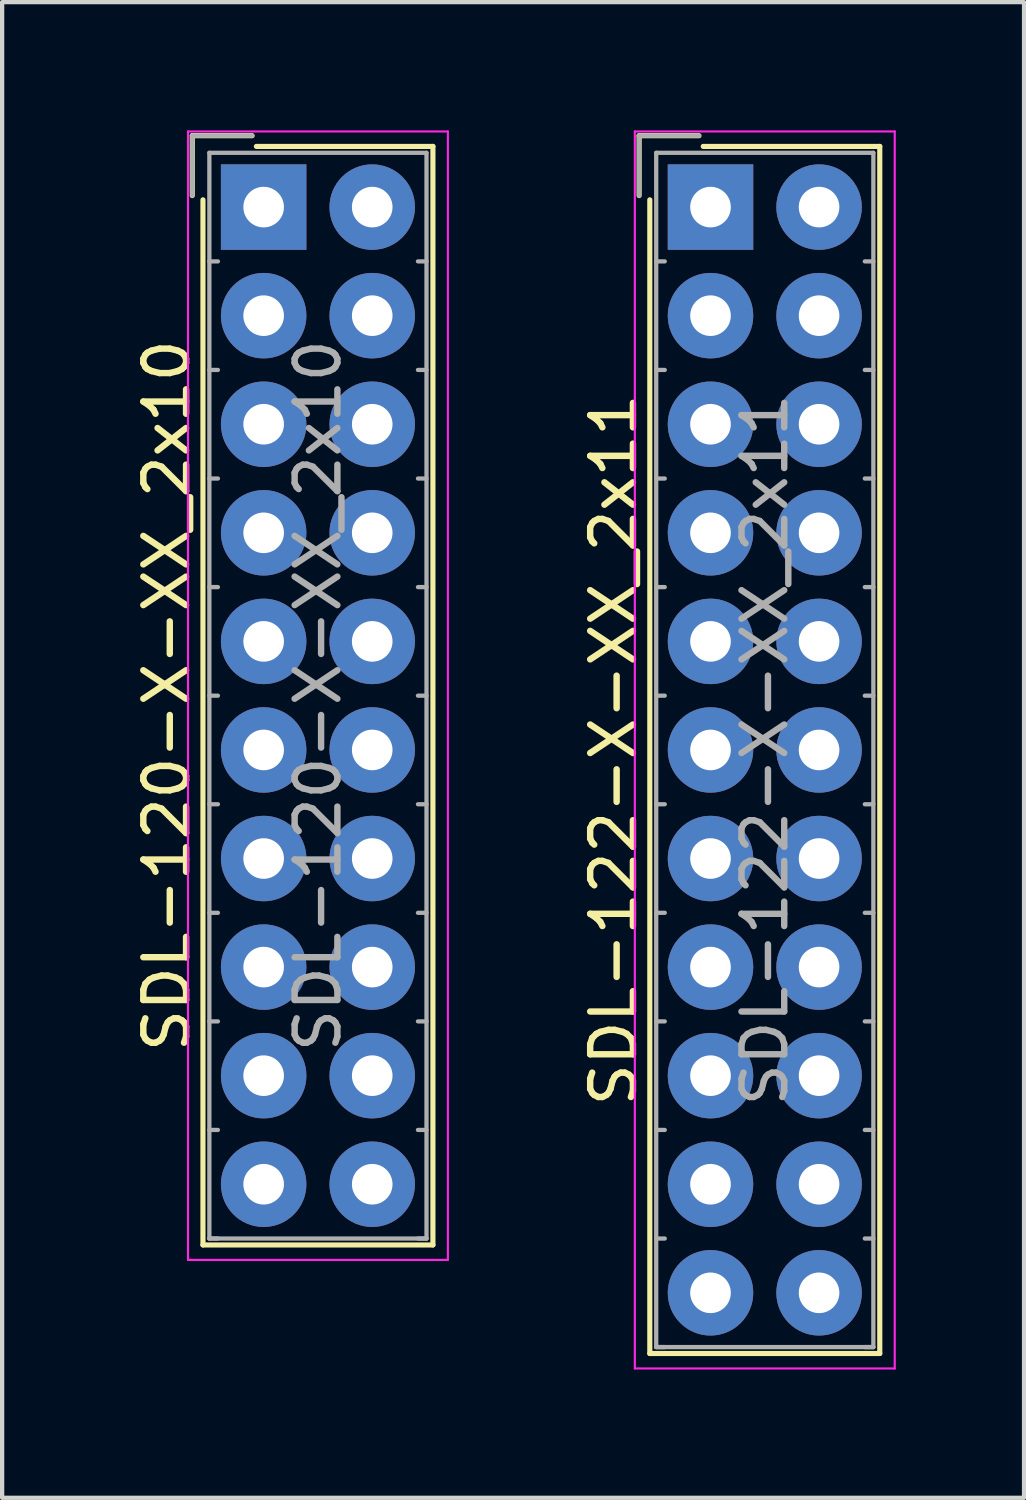
<source format=kicad_pcb>
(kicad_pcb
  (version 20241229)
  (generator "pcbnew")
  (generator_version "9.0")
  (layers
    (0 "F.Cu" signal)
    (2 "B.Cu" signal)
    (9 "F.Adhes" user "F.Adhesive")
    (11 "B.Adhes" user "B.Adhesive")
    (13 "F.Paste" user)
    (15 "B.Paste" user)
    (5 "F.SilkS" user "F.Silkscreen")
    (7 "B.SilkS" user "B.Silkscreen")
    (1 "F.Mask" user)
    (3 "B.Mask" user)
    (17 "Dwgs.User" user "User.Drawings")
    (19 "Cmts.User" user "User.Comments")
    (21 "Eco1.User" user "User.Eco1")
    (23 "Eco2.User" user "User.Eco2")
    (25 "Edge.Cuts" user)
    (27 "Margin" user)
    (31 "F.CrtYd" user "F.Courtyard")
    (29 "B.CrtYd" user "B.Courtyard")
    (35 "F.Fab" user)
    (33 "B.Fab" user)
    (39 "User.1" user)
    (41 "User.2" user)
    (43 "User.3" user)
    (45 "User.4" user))
  (footprint "SDL-122-X-XX_2x11"
    (layer "F.Cu")
    (at 13.572 1.795)
    (property "Reference" "SDL-122-X-XX_2x11" (at -2.27 12.7 90) (layer "F.SilkS") (effects (font (size 1 1) (thickness 0.15))))
    (attr through_hole)
    (fp_line (start -1.67 -1.67) (end -1.67 -0.27) (stroke (width 0.12) (type solid)) (layer "F.SilkS"))
    (fp_line (start -1.42 26.82) (end -1.42 -0.17) (stroke (width 0.12) (type solid)) (layer "F.SilkS"))
    (fp_line (start -0.27 -1.67) (end -1.67 -1.67) (stroke (width 0.12) (type solid)) (layer "F.SilkS"))
    (fp_line (start -0.17 -1.42) (end 3.96 -1.42) (stroke (width 0.12) (type solid)) (layer "F.SilkS"))
    (fp_line (start 3.96 -1.42) (end 3.96 26.82) (stroke (width 0.12) (type solid)) (layer "F.SilkS"))
    (fp_line (start 3.96 26.82) (end -1.42 26.82) (stroke (width 0.12) (type solid)) (layer "F.SilkS"))
    (fp_line (start -1.77 -1.77) (end -1.77 27.17) (stroke (width 0.05) (type solid)) (layer "F.CrtYd"))
    (fp_line (start -1.77 27.17) (end 4.31 27.17) (stroke (width 0.05) (type solid)) (layer "F.CrtYd"))
    (fp_line (start 4.31 -1.77) (end -1.77 -1.77) (stroke (width 0.05) (type solid)) (layer "F.CrtYd"))
    (fp_line (start 4.31 27.17) (end 4.31 -1.77) (stroke (width 0.05) (type solid)) (layer "F.CrtYd"))
    (fp_line (start -1.67 -1.67) (end -1.67 -0.27) (stroke (width 0.1) (type solid)) (layer "F.Fab"))
    (fp_line (start -1.27 -1.27) (end -1.27 26.67) (stroke (width 0.1) (type solid)) (layer "F.Fab"))
    (fp_line (start -1.27 1.27) (end -1.07 1.27) (stroke (width 0.1) (type solid)) (layer "F.Fab"))
    (fp_line (start -1.27 3.81) (end -1.07 3.81) (stroke (width 0.1) (type solid)) (layer "F.Fab"))
    (fp_line (start -1.27 6.35) (end -1.07 6.35) (stroke (width 0.1) (type solid)) (layer "F.Fab"))
    (fp_line (start -1.27 8.89) (end -1.07 8.89) (stroke (width 0.1) (type solid)) (layer "F.Fab"))
    (fp_line (start -1.27 11.43) (end -1.07 11.43) (stroke (width 0.1) (type solid)) (layer "F.Fab"))
    (fp_line (start -1.27 13.97) (end -1.07 13.97) (stroke (width 0.1) (type solid)) (layer "F.Fab"))
    (fp_line (start -1.27 16.51) (end -1.07 16.51) (stroke (width 0.1) (type solid)) (layer "F.Fab"))
    (fp_line (start -1.27 19.05) (end -1.07 19.05) (stroke (width 0.1) (type solid)) (layer "F.Fab"))
    (fp_line (start -1.27 21.59) (end -1.07 21.59) (stroke (width 0.1) (type solid)) (layer "F.Fab"))
    (fp_line (start -1.27 24.13) (end -1.07 24.13) (stroke (width 0.1) (type solid)) (layer "F.Fab"))
    (fp_line (start -1.27 26.67) (end -1.07 26.67) (stroke (width 0.1) (type solid)) (layer "F.Fab"))
    (fp_line (start -1.27 26.67) (end 3.81 26.67) (stroke (width 0.1) (type solid)) (layer "F.Fab"))
    (fp_line (start -0.27 -1.67) (end -1.67 -1.67) (stroke (width 0.1) (type solid)) (layer "F.Fab"))
    (fp_line (start 3.81 -1.27) (end -1.27 -1.27) (stroke (width 0.1) (type solid)) (layer "F.Fab"))
    (fp_line (start 3.81 1.27) (end 3.61 1.27) (stroke (width 0.1) (type solid)) (layer "F.Fab"))
    (fp_line (start 3.81 3.81) (end 3.61 3.81) (stroke (width 0.1) (type solid)) (layer "F.Fab"))
    (fp_line (start 3.81 6.35) (end 3.61 6.35) (stroke (width 0.1) (type solid)) (layer "F.Fab"))
    (fp_line (start 3.81 8.89) (end 3.61 8.89) (stroke (width 0.1) (type solid)) (layer "F.Fab"))
    (fp_line (start 3.81 11.43) (end 3.61 11.43) (stroke (width 0.1) (type solid)) (layer "F.Fab"))
    (fp_line (start 3.81 13.97) (end 3.61 13.97) (stroke (width 0.1) (type solid)) (layer "F.Fab"))
    (fp_line (start 3.81 16.51) (end 3.61 16.51) (stroke (width 0.1) (type solid)) (layer "F.Fab"))
    (fp_line (start 3.81 19.05) (end 3.61 19.05) (stroke (width 0.1) (type solid)) (layer "F.Fab"))
    (fp_line (start 3.81 21.59) (end 3.61 21.59) (stroke (width 0.1) (type solid)) (layer "F.Fab"))
    (fp_line (start 3.81 24.13) (end 3.61 24.13) (stroke (width 0.1) (type solid)) (layer "F.Fab"))
    (fp_line (start 3.81 26.67) (end 3.61 26.67) (stroke (width 0.1) (type solid)) (layer "F.Fab"))
    (fp_line (start 3.81 26.67) (end 3.81 -1.27) (stroke (width 0.1) (type solid)) (layer "F.Fab"))
    (fp_text user "${REFERENCE}" (at 1.27 12.7 90) (layer "F.Fab") (effects (font (size 1 1) (thickness 0.15))))
    (pad "1" thru_hole rect (at 0 0) (size 2 2) (drill 0.95) (layers "*.Cu" "*.Mask"))
    (pad "2" thru_hole circle (at 2.54 0) (size 2 2) (drill 0.95) (layers "*.Cu" "*.Mask"))
    (pad "3" thru_hole circle (at 0 2.54) (size 2 2) (drill 0.95) (layers "*.Cu" "*.Mask"))
    (pad "4" thru_hole circle (at 2.54 2.54) (size 2 2) (drill 0.95) (layers "*.Cu" "*.Mask"))
    (pad "5" thru_hole circle (at 0 5.08) (size 2 2) (drill 0.95) (layers "*.Cu" "*.Mask"))
    (pad "6" thru_hole circle (at 2.54 5.08) (size 2 2) (drill 0.95) (layers "*.Cu" "*.Mask"))
    (pad "7" thru_hole circle (at 0 7.62) (size 2 2) (drill 0.95) (layers "*.Cu" "*.Mask"))
    (pad "8" thru_hole circle (at 2.54 7.62) (size 2 2) (drill 0.95) (layers "*.Cu" "*.Mask"))
    (pad "9" thru_hole circle (at 0 10.16) (size 2 2) (drill 0.95) (layers "*.Cu" "*.Mask"))
    (pad "10" thru_hole circle (at 2.54 10.16) (size 2 2) (drill 0.95) (layers "*.Cu" "*.Mask"))
    (pad "11" thru_hole circle (at 0 12.7) (size 2 2) (drill 0.95) (layers "*.Cu" "*.Mask"))
    (pad "12" thru_hole circle (at 2.54 12.7) (size 2 2) (drill 0.95) (layers "*.Cu" "*.Mask"))
    (pad "13" thru_hole circle (at 0 15.24) (size 2 2) (drill 0.95) (layers "*.Cu" "*.Mask"))
    (pad "14" thru_hole circle (at 2.54 15.24) (size 2 2) (drill 0.95) (layers "*.Cu" "*.Mask"))
    (pad "15" thru_hole circle (at 0 17.78) (size 2 2) (drill 0.95) (layers "*.Cu" "*.Mask"))
    (pad "16" thru_hole circle (at 2.54 17.78) (size 2 2) (drill 0.95) (layers "*.Cu" "*.Mask"))
    (pad "17" thru_hole circle (at 0 20.32) (size 2 2) (drill 0.95) (layers "*.Cu" "*.Mask"))
    (pad "18" thru_hole circle (at 2.54 20.32) (size 2 2) (drill 0.95) (layers "*.Cu" "*.Mask"))
    (pad "19" thru_hole circle (at 0 22.86) (size 2 2) (drill 0.95) (layers "*.Cu" "*.Mask"))
    (pad "20" thru_hole circle (at 2.54 22.86) (size 2 2) (drill 0.95) (layers "*.Cu" "*.Mask"))
    (pad "21" thru_hole circle (at 0 25.4) (size 2 2) (drill 0.95) (layers "*.Cu" "*.Mask"))
    (pad "22" thru_hole circle (at 2.54 25.4) (size 2 2) (drill 0.95) (layers "*.Cu" "*.Mask")))
  (footprint "SDL-120-X-XX_2x10"
    (layer "F.Cu")
    (at 3.118 1.795)
    (property "Reference" "SDL-120-X-XX_2x10" (at -2.27 11.43 90) (layer "F.SilkS") (effects (font (size 1 1) (thickness 0.15))))
    (attr through_hole)
    (fp_line (start -1.67 -1.67) (end -1.67 -0.27) (stroke (width 0.12) (type solid)) (layer "F.SilkS"))
    (fp_line (start -1.42 24.28) (end -1.42 -0.17) (stroke (width 0.12) (type solid)) (layer "F.SilkS"))
    (fp_line (start -0.27 -1.67) (end -1.67 -1.67) (stroke (width 0.12) (type solid)) (layer "F.SilkS"))
    (fp_line (start -0.17 -1.42) (end 3.96 -1.42) (stroke (width 0.12) (type solid)) (layer "F.SilkS"))
    (fp_line (start 3.96 -1.42) (end 3.96 24.28) (stroke (width 0.12) (type solid)) (layer "F.SilkS"))
    (fp_line (start 3.96 24.28) (end -1.42 24.28) (stroke (width 0.12) (type solid)) (layer "F.SilkS"))
    (fp_line (start -1.77 -1.77) (end -1.77 24.63) (stroke (width 0.05) (type solid)) (layer "F.CrtYd"))
    (fp_line (start -1.77 24.63) (end 4.31 24.63) (stroke (width 0.05) (type solid)) (layer "F.CrtYd"))
    (fp_line (start 4.31 -1.77) (end -1.77 -1.77) (stroke (width 0.05) (type solid)) (layer "F.CrtYd"))
    (fp_line (start 4.31 24.63) (end 4.31 -1.77) (stroke (width 0.05) (type solid)) (layer "F.CrtYd"))
    (fp_line (start -1.67 -1.67) (end -1.67 -0.27) (stroke (width 0.1) (type solid)) (layer "F.Fab"))
    (fp_line (start -1.27 -1.27) (end -1.27 24.13) (stroke (width 0.1) (type solid)) (layer "F.Fab"))
    (fp_line (start -1.27 1.27) (end -1.07 1.27) (stroke (width 0.1) (type solid)) (layer "F.Fab"))
    (fp_line (start -1.27 3.81) (end -1.07 3.81) (stroke (width 0.1) (type solid)) (layer "F.Fab"))
    (fp_line (start -1.27 6.35) (end -1.07 6.35) (stroke (width 0.1) (type solid)) (layer "F.Fab"))
    (fp_line (start -1.27 8.89) (end -1.07 8.89) (stroke (width 0.1) (type solid)) (layer "F.Fab"))
    (fp_line (start -1.27 11.43) (end -1.07 11.43) (stroke (width 0.1) (type solid)) (layer "F.Fab"))
    (fp_line (start -1.27 13.97) (end -1.07 13.97) (stroke (width 0.1) (type solid)) (layer "F.Fab"))
    (fp_line (start -1.27 16.51) (end -1.07 16.51) (stroke (width 0.1) (type solid)) (layer "F.Fab"))
    (fp_line (start -1.27 19.05) (end -1.07 19.05) (stroke (width 0.1) (type solid)) (layer "F.Fab"))
    (fp_line (start -1.27 21.59) (end -1.07 21.59) (stroke (width 0.1) (type solid)) (layer "F.Fab"))
    (fp_line (start -1.27 24.13) (end -1.07 24.13) (stroke (width 0.1) (type solid)) (layer "F.Fab"))
    (fp_line (start -1.27 24.13) (end 3.81 24.13) (stroke (width 0.1) (type solid)) (layer "F.Fab"))
    (fp_line (start -0.27 -1.67) (end -1.67 -1.67) (stroke (width 0.1) (type solid)) (layer "F.Fab"))
    (fp_line (start 3.81 -1.27) (end -1.27 -1.27) (stroke (width 0.1) (type solid)) (layer "F.Fab"))
    (fp_line (start 3.81 1.27) (end 3.61 1.27) (stroke (width 0.1) (type solid)) (layer "F.Fab"))
    (fp_line (start 3.81 3.81) (end 3.61 3.81) (stroke (width 0.1) (type solid)) (layer "F.Fab"))
    (fp_line (start 3.81 6.35) (end 3.61 6.35) (stroke (width 0.1) (type solid)) (layer "F.Fab"))
    (fp_line (start 3.81 8.89) (end 3.61 8.89) (stroke (width 0.1) (type solid)) (layer "F.Fab"))
    (fp_line (start 3.81 11.43) (end 3.61 11.43) (stroke (width 0.1) (type solid)) (layer "F.Fab"))
    (fp_line (start 3.81 13.97) (end 3.61 13.97) (stroke (width 0.1) (type solid)) (layer "F.Fab"))
    (fp_line (start 3.81 16.51) (end 3.61 16.51) (stroke (width 0.1) (type solid)) (layer "F.Fab"))
    (fp_line (start 3.81 19.05) (end 3.61 19.05) (stroke (width 0.1) (type solid)) (layer "F.Fab"))
    (fp_line (start 3.81 21.59) (end 3.61 21.59) (stroke (width 0.1) (type solid)) (layer "F.Fab"))
    (fp_line (start 3.81 24.13) (end 3.61 24.13) (stroke (width 0.1) (type solid)) (layer "F.Fab"))
    (fp_line (start 3.81 24.13) (end 3.81 -1.27) (stroke (width 0.1) (type solid)) (layer "F.Fab"))
    (fp_text user "${REFERENCE}" (at 1.27 11.43 90) (layer "F.Fab") (effects (font (size 1 1) (thickness 0.15))))
    (pad "1" thru_hole rect (at 0 0) (size 2 2) (drill 0.95) (layers "*.Cu" "*.Mask"))
    (pad "2" thru_hole circle (at 2.54 0) (size 2 2) (drill 0.95) (layers "*.Cu" "*.Mask"))
    (pad "3" thru_hole circle (at 0 2.54) (size 2 2) (drill 0.95) (layers "*.Cu" "*.Mask"))
    (pad "4" thru_hole circle (at 2.54 2.54) (size 2 2) (drill 0.95) (layers "*.Cu" "*.Mask"))
    (pad "5" thru_hole circle (at 0 5.08) (size 2 2) (drill 0.95) (layers "*.Cu" "*.Mask"))
    (pad "6" thru_hole circle (at 2.54 5.08) (size 2 2) (drill 0.95) (layers "*.Cu" "*.Mask"))
    (pad "7" thru_hole circle (at 0 7.62) (size 2 2) (drill 0.95) (layers "*.Cu" "*.Mask"))
    (pad "8" thru_hole circle (at 2.54 7.62) (size 2 2) (drill 0.95) (layers "*.Cu" "*.Mask"))
    (pad "9" thru_hole circle (at 0 10.16) (size 2 2) (drill 0.95) (layers "*.Cu" "*.Mask"))
    (pad "10" thru_hole circle (at 2.54 10.16) (size 2 2) (drill 0.95) (layers "*.Cu" "*.Mask"))
    (pad "11" thru_hole circle (at 0 12.7) (size 2 2) (drill 0.95) (layers "*.Cu" "*.Mask"))
    (pad "12" thru_hole circle (at 2.54 12.7) (size 2 2) (drill 0.95) (layers "*.Cu" "*.Mask"))
    (pad "13" thru_hole circle (at 0 15.24) (size 2 2) (drill 0.95) (layers "*.Cu" "*.Mask"))
    (pad "14" thru_hole circle (at 2.54 15.24) (size 2 2) (drill 0.95) (layers "*.Cu" "*.Mask"))
    (pad "15" thru_hole circle (at 0 17.78) (size 2 2) (drill 0.95) (layers "*.Cu" "*.Mask"))
    (pad "16" thru_hole circle (at 2.54 17.78) (size 2 2) (drill 0.95) (layers "*.Cu" "*.Mask"))
    (pad "17" thru_hole circle (at 0 20.32) (size 2 2) (drill 0.95) (layers "*.Cu" "*.Mask"))
    (pad "18" thru_hole circle (at 2.54 20.32) (size 2 2) (drill 0.95) (layers "*.Cu" "*.Mask"))
    (pad "19" thru_hole circle (at 0 22.86) (size 2 2) (drill 0.95) (layers "*.Cu" "*.Mask"))
    (pad "20" thru_hole circle (at 2.54 22.86) (size 2 2) (drill 0.95) (layers "*.Cu" "*.Mask")))
  (gr_rect
    (start -3 -3)
    (end 20.907 31.99)
    (stroke (width 0.1) (type default))
    (fill no)
    (layer "Edge.Cuts")))
</source>
